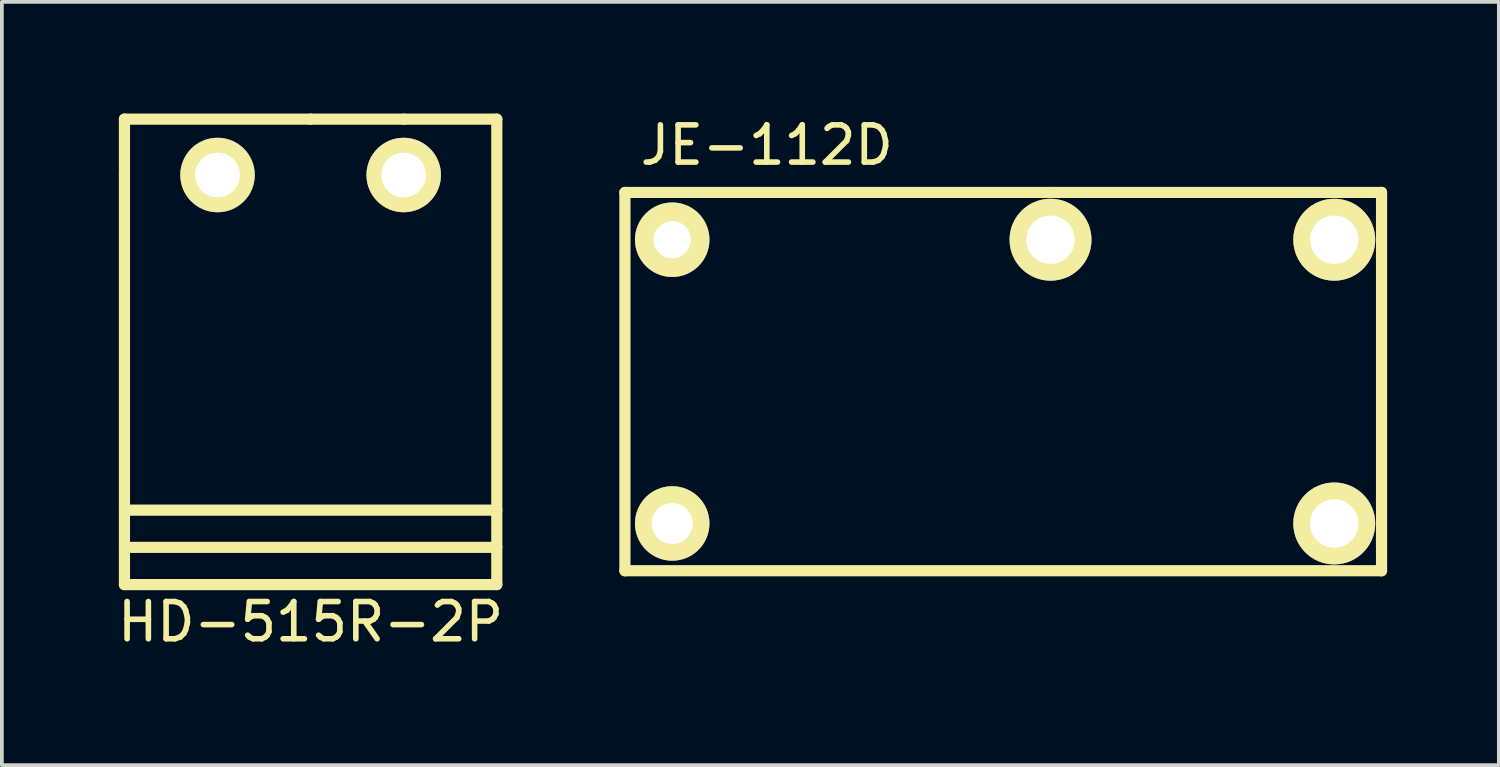
<source format=kicad_pcb>
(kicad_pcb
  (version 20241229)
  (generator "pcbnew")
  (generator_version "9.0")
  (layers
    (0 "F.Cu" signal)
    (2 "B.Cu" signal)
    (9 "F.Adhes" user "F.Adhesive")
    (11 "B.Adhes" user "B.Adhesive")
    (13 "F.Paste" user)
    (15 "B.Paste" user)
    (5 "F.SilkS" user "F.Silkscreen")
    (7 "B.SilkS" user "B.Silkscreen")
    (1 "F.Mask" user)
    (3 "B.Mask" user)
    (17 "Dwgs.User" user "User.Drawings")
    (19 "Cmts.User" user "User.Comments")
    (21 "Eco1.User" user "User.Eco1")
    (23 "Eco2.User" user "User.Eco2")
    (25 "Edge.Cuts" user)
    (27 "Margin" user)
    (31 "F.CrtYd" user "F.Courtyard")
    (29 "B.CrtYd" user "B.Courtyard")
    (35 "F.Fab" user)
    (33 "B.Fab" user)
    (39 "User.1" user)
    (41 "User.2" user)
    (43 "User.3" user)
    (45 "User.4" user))
  (footprint "JE-112D"
    (layer "F.Cu")
    (at 25.163 7.198)
    (property "Reference" "JE-112D" (at -7.62 -6.35 0) (layer "F.SilkS") (effects (font (size 1 1) (thickness 0.15))))
    (attr through_hole)
    (fp_line (start -11.43 -5.08) (end 0 -5.08) (stroke (width 0.3) (type solid)) (layer "F.SilkS"))
    (fp_line (start -11.43 5.08) (end -11.43 -5.08) (stroke (width 0.3) (type solid)) (layer "F.SilkS"))
    (fp_line (start 0 -5.08) (end 8.89 -5.08) (stroke (width 0.3) (type solid)) (layer "F.SilkS"))
    (fp_line (start 8.89 -5.08) (end 8.89 5.08) (stroke (width 0.3) (type solid)) (layer "F.SilkS"))
    (fp_line (start 8.89 5.08) (end -11.43 5.08) (stroke (width 0.3) (type solid)) (layer "F.SilkS"))
    (pad "1" thru_hole circle (at -10.16 -3.81) (size 2 2) (drill 1) (layers "*.Cu" "*.Mask" "F.SilkS"))
    (pad "2" thru_hole circle (at -10.16 3.81) (size 2 2) (drill 1.1) (layers "*.Cu" "*.Mask" "F.SilkS"))
    (pad "3" thru_hole circle (at 0 -3.81) (size 2.2 2.2) (drill 1.3) (layers "*.Cu" "*.Mask" "F.SilkS"))
    (pad "4" thru_hole circle (at 7.62 -3.81) (size 2.2 2.2) (drill 1.3) (layers "*.Cu" "*.Mask" "F.SilkS"))
    (pad "5" thru_hole circle (at 7.62 3.81) (size 2.2 2.2) (drill 1.3) (layers "*.Cu" "*.Mask" "F.SilkS")))
  (footprint "HD-515R-2P"
    (layer "F.Cu")
    (at 5.292 1.65)
    (property "Reference" "HD-515R-2P" (at 0 12 0) (layer "F.SilkS") (effects (font (size 1 1) (thickness 0.15))))
    (attr through_hole)
    (fp_line (start -5 -1.5) (end -5 0) (stroke (width 0.3) (type solid)) (layer "F.SilkS"))
    (fp_line (start -5 9) (end 5 9) (stroke (width 0.3) (type solid)) (layer "F.SilkS"))
    (fp_line (start -5 10) (end 5 10) (stroke (width 0.3) (type solid)) (layer "F.SilkS"))
    (fp_line (start -5 11) (end -5 0) (stroke (width 0.3) (type solid)) (layer "F.SilkS"))
    (fp_line (start 0 -1.5) (end -5 -1.5) (stroke (width 0.3) (type solid)) (layer "F.SilkS"))
    (fp_line (start 0 -1.5) (end 2.5 -1.5) (stroke (width 0.3) (type solid)) (layer "F.SilkS"))
    (fp_line (start 2.5 -1.5) (end 5 -1.5) (stroke (width 0.3) (type solid)) (layer "F.SilkS"))
    (fp_line (start 5 -1.5) (end 5 11) (stroke (width 0.3) (type solid)) (layer "F.SilkS"))
    (fp_line (start 5 11) (end -5 11) (stroke (width 0.3) (type solid)) (layer "F.SilkS"))
    (pad "1" thru_hole circle (at -2.5 0) (size 2 2) (drill 1.2) (layers "*.Cu" "*.Mask" "F.SilkS"))
    (pad "2" thru_hole circle (at 2.5 0) (size 2 2) (drill 1.2) (layers "*.Cu" "*.Mask" "F.SilkS")))
  (gr_rect
    (start -3 -3)
    (end 37.203 17.498)
    (stroke (width 0.1) (type default))
    (fill no)
    (layer "Edge.Cuts")))
</source>
